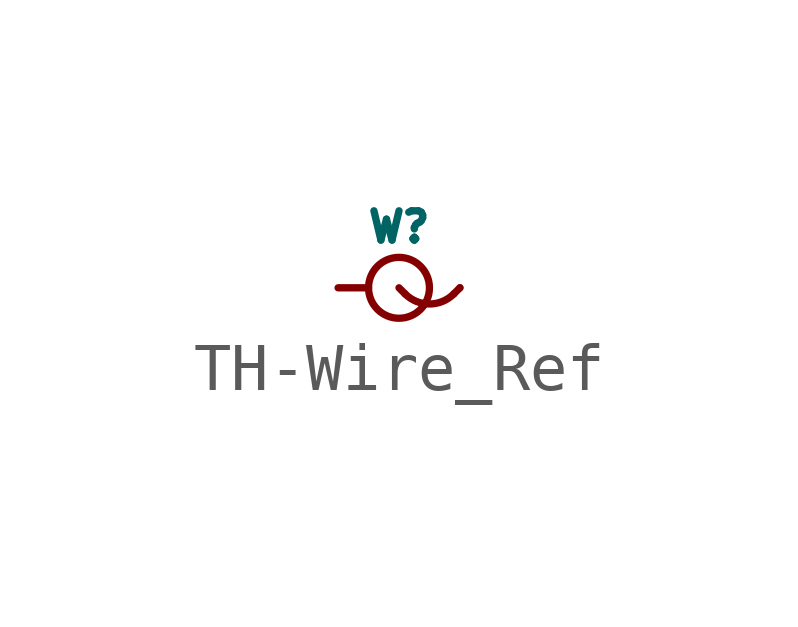
<source format=kicad_sym>
(kicad_symbol_lib
  (version 20220914)
  (generator kicad_symbol_editor)
  (symbol "TH-Wire_Ref"
    (pin_numbers hide)
    (pin_names
      (offset 0))
    (property "Reference" "W"
      (at 0 1.27 0)
      (effects (font (size 0.61 0.61))))
    (symbol "TH-Wire_Ref_0_1"
      (polyline (pts (xy 0.127 -0.127) (xy 0 0)) (stroke (width 0.152) (type solid)) (fill (type none)))
      (polyline (pts (xy 1.27 0) (xy 1.143 -0.127)) (stroke (width 0.152) (type solid)) (fill (type none)))
      (circle (center 0 0) (radius 0.635) (stroke (width 0) (type solid)) (fill (type none))))
    (symbol "TH-Wire_Ref_1_1"
      (arc (start 0.127 -0.127) (mid 0.635 -0.3374) (end 1.143 -0.127) (stroke (width 0.1524) (type solid)) (fill (type none)))
      (pin passive line (at -1.27 0 0) (length 0.635) (name "~" (effects (font (size 0.508 0.508)))) (number "1" (effects (font (size 0.508 0.508)))))
      (pin passive line (at 1.27 0 180) (length 0) (name "~" (effects (font (size 0.508 0.508)))) (number "2" (effects (font (size 0.508 0.508))))))))
</source>
